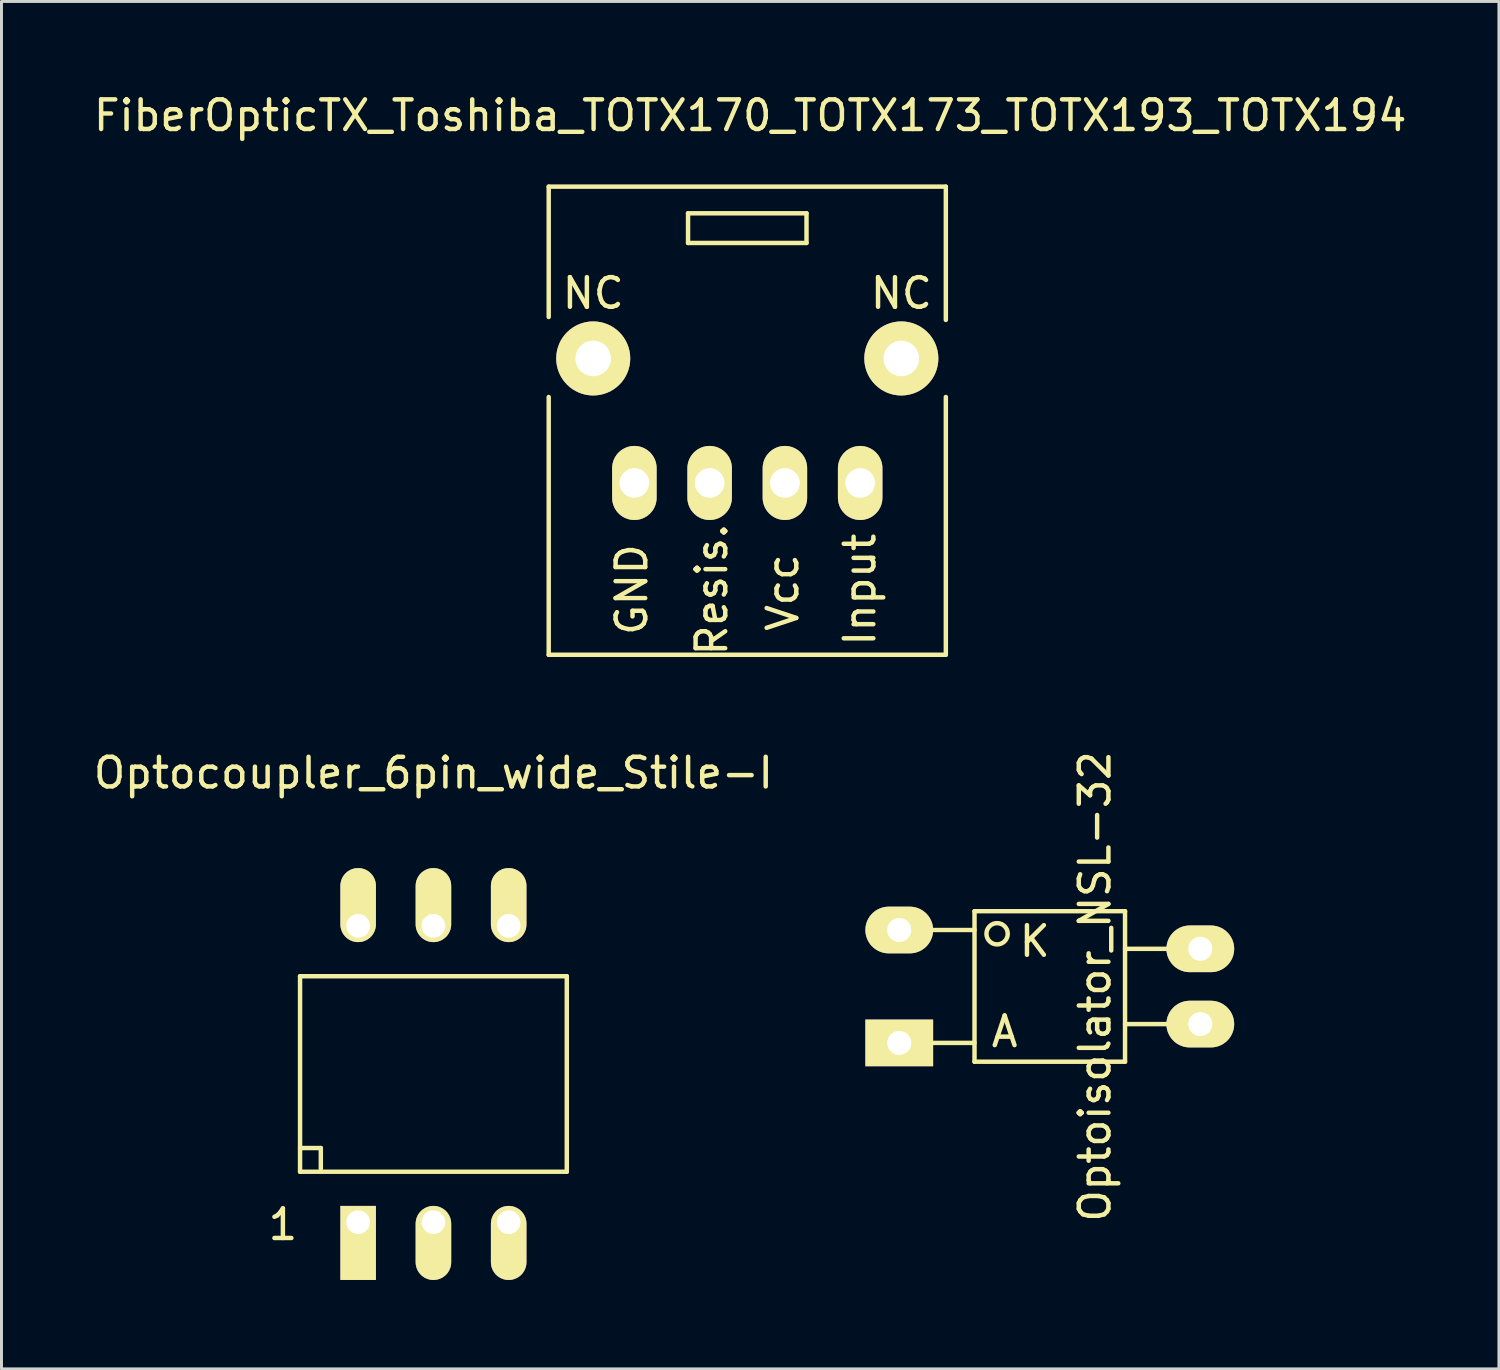
<source format=kicad_pcb>
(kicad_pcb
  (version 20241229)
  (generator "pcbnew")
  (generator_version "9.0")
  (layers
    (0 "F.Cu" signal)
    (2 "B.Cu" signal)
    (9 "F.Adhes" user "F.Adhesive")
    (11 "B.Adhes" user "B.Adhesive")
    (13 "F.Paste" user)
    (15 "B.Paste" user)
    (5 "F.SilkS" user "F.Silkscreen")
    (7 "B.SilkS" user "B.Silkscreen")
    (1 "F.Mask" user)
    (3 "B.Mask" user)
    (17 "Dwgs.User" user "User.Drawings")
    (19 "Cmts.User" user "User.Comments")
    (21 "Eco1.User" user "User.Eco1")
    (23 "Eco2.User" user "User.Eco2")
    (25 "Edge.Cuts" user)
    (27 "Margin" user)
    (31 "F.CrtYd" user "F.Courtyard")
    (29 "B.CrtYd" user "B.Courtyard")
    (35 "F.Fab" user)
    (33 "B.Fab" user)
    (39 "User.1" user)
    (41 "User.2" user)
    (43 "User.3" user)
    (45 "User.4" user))
  (footprint "Optoisolator_NSL-32"
    (layer "F.Cu")
    (at 32.378 30.241)
    (property "Reference" "Optoisolator_NSL-32" (at 1.524 0 90) (layer "F.SilkS") (effects (font (size 1 1) (thickness 0.15))))
    (attr through_hole)
    (fp_line (start -5.08 -1.905) (end -2.54 -1.905) (stroke (width 0.15) (type solid)) (layer "F.SilkS"))
    (fp_line (start -5.08 1.905) (end -2.54 1.905) (stroke (width 0.15) (type solid)) (layer "F.SilkS"))
    (fp_line (start -2.54 -2.54) (end 2.54 -2.54) (stroke (width 0.15) (type solid)) (layer "F.SilkS"))
    (fp_line (start -2.54 2.54) (end -2.54 -2.54) (stroke (width 0.15) (type solid)) (layer "F.SilkS"))
    (fp_line (start 2.54 -2.54) (end 2.54 2.54) (stroke (width 0.15) (type solid)) (layer "F.SilkS"))
    (fp_line (start 2.54 -1.27) (end 5.08 -1.27) (stroke (width 0.15) (type solid)) (layer "F.SilkS"))
    (fp_line (start 2.54 1.27) (end 5.08 1.27) (stroke (width 0.15) (type solid)) (layer "F.SilkS"))
    (fp_line (start 2.54 2.54) (end -2.54 2.54) (stroke (width 0.15) (type solid)) (layer "F.SilkS"))
    (fp_circle (center -1.778 -1.778) (end -1.524 -1.524) (stroke (width 0.15) (type solid)) (fill no) (layer "F.SilkS"))
    (fp_text user "K" (at -0.508 -1.524 0) (layer "F.SilkS") (effects (font (size 1 1) (thickness 0.15))))
    (fp_text user "A" (at -1.524 1.524 0) (layer "F.SilkS") (effects (font (size 1 1) (thickness 0.15))))
    (pad "1" thru_hole rect (at -5.08 1.905) (size 2.286 1.575) (drill 0.813) (layers "*.Cu" "*.Mask" "F.SilkS"))
    (pad "2" thru_hole oval (at -5.08 -1.905) (size 2.286 1.575) (drill 0.813) (layers "*.Cu" "*.Mask" "F.SilkS"))
    (pad "3" thru_hole oval (at 5.08 -1.27) (size 2.286 1.575) (drill 0.813) (layers "*.Cu" "*.Mask" "F.SilkS"))
    (pad "4" thru_hole oval (at 5.08 1.27) (size 2.286 1.575) (drill 0.813) (layers "*.Cu" "*.Mask" "F.SilkS")))
  (footprint "Optocoupler_6pin_wide_Stile-I"
    (layer "F.Cu")
    (at 11.577 33.195)
    (property "Reference" "Optocoupler_6pin_wide_Stile-I" (at 0 -10.16 0) (layer "F.SilkS") (effects (font (size 1 1) (thickness 0.15))))
    (attr through_hole)
    (fp_line (start -4.501 -3.299) (end 4.501 -3.299) (stroke (width 0.15) (type solid)) (layer "F.SilkS"))
    (fp_line (start -4.501 2.499) (end -3.8 2.499) (stroke (width 0.15) (type solid)) (layer "F.SilkS"))
    (fp_line (start -4.501 3.299) (end -4.501 -3.299) (stroke (width 0.15) (type solid)) (layer "F.SilkS"))
    (fp_line (start -3.8 2.499) (end -3.8 3.2) (stroke (width 0.15) (type solid)) (layer "F.SilkS"))
    (fp_line (start 4.501 -3.299) (end 4.501 3.299) (stroke (width 0.15) (type solid)) (layer "F.SilkS"))
    (fp_line (start 4.501 3.299) (end -4.501 3.299) (stroke (width 0.15) (type solid)) (layer "F.SilkS"))
    (fp_text user "1" (at -5.08 5.08 0) (layer "F.SilkS") (effects (font (size 1 1) (thickness 0.15))))
    (pad "1" thru_hole rect (at -2.54 5.001) (size 1.199 2.499) (drill 0.8 (offset 0 0.701)) (layers "*.Cu" "*.Mask" "F.SilkS"))
    (pad "2" thru_hole oval (at 0 5.001) (size 1.199 2.499) (drill 0.8 (offset 0 0.701)) (layers "*.Cu" "*.Mask" "F.SilkS"))
    (pad "3" thru_hole oval (at 2.54 5.001) (size 1.199 2.499) (drill 0.8 (offset 0 0.701)) (layers "*.Cu" "*.Mask" "F.SilkS"))
    (pad "4" thru_hole oval (at 2.54 -4.999) (size 1.199 2.499) (drill 0.8 (offset 0 -0.701)) (layers "*.Cu" "*.Mask" "F.SilkS"))
    (pad "5" thru_hole oval (at 0 -4.999) (size 1.199 2.499) (drill 0.8 (offset 0 -0.701)) (layers "*.Cu" "*.Mask" "F.SilkS"))
    (pad "6" thru_hole oval (at -2.54 -4.999) (size 1.199 2.499) (drill 0.8 (offset 0 -0.701)) (layers "*.Cu" "*.Mask" "F.SilkS")))
  (footprint "FiberOpticTX_Toshiba_TOTX170_TOTX173_TOTX193_TOTX194"
    (layer "F.Cu")
    (at 22.169 11.148)
    (property "Reference" "FiberOpticTX_Toshiba_TOTX170_TOTX173_TOTX193_TOTX194" (at 0.099 -10.3 0) (layer "F.SilkS") (effects (font (size 1 1) (thickness 0.15))))
    (attr through_hole)
    (fp_line (start -6.701 -7.899) (end -6.701 -3.5) (stroke (width 0.15) (type solid)) (layer "F.SilkS"))
    (fp_line (start -6.701 7.899) (end -6.701 -0.8) (stroke (width 0.15) (type solid)) (layer "F.SilkS"))
    (fp_line (start -6.701 7.899) (end 6.701 7.899) (stroke (width 0.15) (type solid)) (layer "F.SilkS"))
    (fp_line (start -1.999 -7) (end 1.999 -7) (stroke (width 0.15) (type solid)) (layer "F.SilkS"))
    (fp_line (start -1.999 -5.999) (end -1.999 -7) (stroke (width 0.15) (type solid)) (layer "F.SilkS"))
    (fp_line (start 1.999 -7) (end 1.999 -5.999) (stroke (width 0.15) (type solid)) (layer "F.SilkS"))
    (fp_line (start 1.999 -5.999) (end -1.999 -5.999) (stroke (width 0.15) (type solid)) (layer "F.SilkS"))
    (fp_line (start 6.701 -7.899) (end -6.701 -7.899) (stroke (width 0.15) (type solid)) (layer "F.SilkS"))
    (fp_line (start 6.701 -7.899) (end 6.701 -3.401) (stroke (width 0.15) (type solid)) (layer "F.SilkS"))
    (fp_line (start 6.701 7.899) (end 6.701 -0.8) (stroke (width 0.15) (type solid)) (layer "F.SilkS"))
    (fp_text user "GND" (at -3.899 5.7 90) (layer "F.SilkS") (effects (font (size 1 1) (thickness 0.15))))
    (fp_text user "NC" (at 5.199 -4.3 0) (layer "F.SilkS") (effects (font (size 1 1) (thickness 0.15))))
    (fp_text user "Resis." (at -1.199 5.7 90) (layer "F.SilkS") (effects (font (size 1 1) (thickness 0.15))))
    (fp_text user "Vcc" (at 1.199 5.799 90) (layer "F.SilkS") (effects (font (size 1 1) (thickness 0.15))))
    (fp_text user "NC" (at -5.199 -4.3 0) (layer "F.SilkS") (effects (font (size 1 1) (thickness 0.15))))
    (fp_text user "Input" (at 3.8 5.7 90) (layer "F.SilkS") (effects (font (size 1 1) (thickness 0.15))))
    (pad "1" thru_hole oval (at -3.81 2.101) (size 1.501 2.499) (drill 1.001) (layers "*.Cu" "*.Mask" "F.SilkS"))
    (pad "2" thru_hole oval (at -1.27 2.101) (size 1.501 2.499) (drill 1.001) (layers "*.Cu" "*.Mask" "F.SilkS"))
    (pad "3" thru_hole oval (at 1.27 2.101) (size 1.501 2.499) (drill 1.001) (layers "*.Cu" "*.Mask" "F.SilkS"))
    (pad "4" thru_hole oval (at 3.81 2.101) (size 1.501 2.499) (drill 1.001) (layers "*.Cu" "*.Mask" "F.SilkS"))
    (pad "5" thru_hole circle (at 5.199 -2.101) (size 2.499 2.499) (drill 1.199) (layers "*.Cu" "*.Mask" "F.SilkS"))
    (pad "6" thru_hole circle (at -5.199 -2.101) (size 2.499 2.499) (drill 1.199) (layers "*.Cu" "*.Mask" "F.SilkS")))
  (gr_rect
    (start -3 -3)
    (end 47.536 43.147)
    (stroke (width 0.1) (type default))
    (fill no)
    (layer "Edge.Cuts")))
</source>
